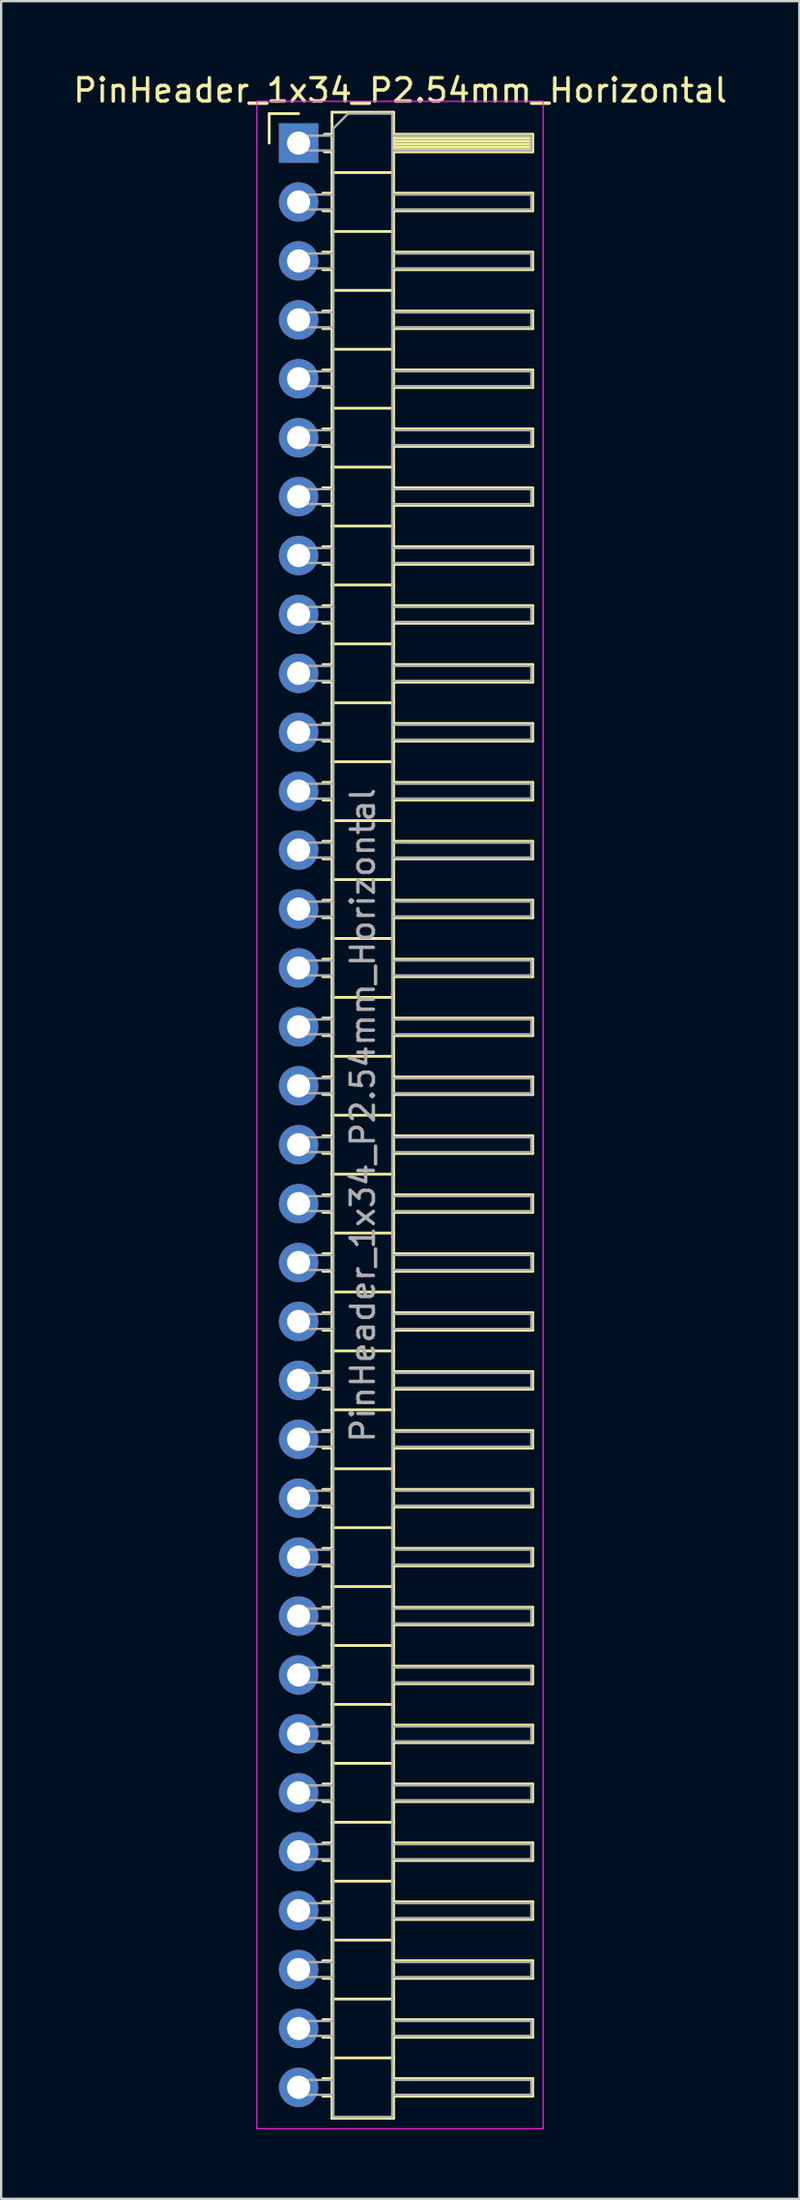
<source format=kicad_pcb>
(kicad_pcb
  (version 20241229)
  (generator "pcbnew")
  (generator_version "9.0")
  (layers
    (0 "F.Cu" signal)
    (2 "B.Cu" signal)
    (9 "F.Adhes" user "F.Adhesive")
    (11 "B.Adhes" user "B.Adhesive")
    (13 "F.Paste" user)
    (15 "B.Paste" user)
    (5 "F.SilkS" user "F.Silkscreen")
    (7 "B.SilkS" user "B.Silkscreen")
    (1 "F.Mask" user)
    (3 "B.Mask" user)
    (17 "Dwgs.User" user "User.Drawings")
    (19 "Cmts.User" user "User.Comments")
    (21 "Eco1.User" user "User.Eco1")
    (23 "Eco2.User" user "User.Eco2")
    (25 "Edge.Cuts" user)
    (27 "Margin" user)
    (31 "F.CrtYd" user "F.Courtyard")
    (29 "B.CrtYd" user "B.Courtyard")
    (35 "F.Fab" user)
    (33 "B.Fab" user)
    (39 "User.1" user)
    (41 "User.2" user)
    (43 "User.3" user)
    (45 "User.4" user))
  (footprint "PinHeader_1x34_P2.54mm_Horizontal"
    (layer "F.Cu")
    (at 9.835 3.118)
    (property "Reference" "PinHeader_1x34_P2.54mm_Horizontal" (at 4.385 -2.27 0) (layer "F.SilkS") (effects (font (size 1 1) (thickness 0.15))))
    (attr through_hole)
    (fp_line (start -1.27 -1.27) (end 0 -1.27) (stroke (width 0.12) (type solid)) (layer "F.SilkS"))
    (fp_line (start -1.27 0) (end -1.27 -1.27) (stroke (width 0.12) (type solid)) (layer "F.SilkS"))
    (fp_line (start 1.043 2.16) (end 1.44 2.16) (stroke (width 0.12) (type solid)) (layer "F.SilkS"))
    (fp_line (start 1.043 2.92) (end 1.44 2.92) (stroke (width 0.12) (type solid)) (layer "F.SilkS"))
    (fp_line (start 1.043 4.7) (end 1.44 4.7) (stroke (width 0.12) (type solid)) (layer "F.SilkS"))
    (fp_line (start 1.043 5.46) (end 1.44 5.46) (stroke (width 0.12) (type solid)) (layer "F.SilkS"))
    (fp_line (start 1.043 7.24) (end 1.44 7.24) (stroke (width 0.12) (type solid)) (layer "F.SilkS"))
    (fp_line (start 1.043 8) (end 1.44 8) (stroke (width 0.12) (type solid)) (layer "F.SilkS"))
    (fp_line (start 1.043 9.78) (end 1.44 9.78) (stroke (width 0.12) (type solid)) (layer "F.SilkS"))
    (fp_line (start 1.043 10.54) (end 1.44 10.54) (stroke (width 0.12) (type solid)) (layer "F.SilkS"))
    (fp_line (start 1.043 12.32) (end 1.44 12.32) (stroke (width 0.12) (type solid)) (layer "F.SilkS"))
    (fp_line (start 1.043 13.08) (end 1.44 13.08) (stroke (width 0.12) (type solid)) (layer "F.SilkS"))
    (fp_line (start 1.043 14.86) (end 1.44 14.86) (stroke (width 0.12) (type solid)) (layer "F.SilkS"))
    (fp_line (start 1.043 15.62) (end 1.44 15.62) (stroke (width 0.12) (type solid)) (layer "F.SilkS"))
    (fp_line (start 1.043 17.4) (end 1.44 17.4) (stroke (width 0.12) (type solid)) (layer "F.SilkS"))
    (fp_line (start 1.043 18.16) (end 1.44 18.16) (stroke (width 0.12) (type solid)) (layer "F.SilkS"))
    (fp_line (start 1.043 19.94) (end 1.44 19.94) (stroke (width 0.12) (type solid)) (layer "F.SilkS"))
    (fp_line (start 1.043 20.7) (end 1.44 20.7) (stroke (width 0.12) (type solid)) (layer "F.SilkS"))
    (fp_line (start 1.043 22.48) (end 1.44 22.48) (stroke (width 0.12) (type solid)) (layer "F.SilkS"))
    (fp_line (start 1.043 23.24) (end 1.44 23.24) (stroke (width 0.12) (type solid)) (layer "F.SilkS"))
    (fp_line (start 1.043 25.02) (end 1.44 25.02) (stroke (width 0.12) (type solid)) (layer "F.SilkS"))
    (fp_line (start 1.043 25.78) (end 1.44 25.78) (stroke (width 0.12) (type solid)) (layer "F.SilkS"))
    (fp_line (start 1.043 27.56) (end 1.44 27.56) (stroke (width 0.12) (type solid)) (layer "F.SilkS"))
    (fp_line (start 1.043 28.32) (end 1.44 28.32) (stroke (width 0.12) (type solid)) (layer "F.SilkS"))
    (fp_line (start 1.043 30.1) (end 1.44 30.1) (stroke (width 0.12) (type solid)) (layer "F.SilkS"))
    (fp_line (start 1.043 30.86) (end 1.44 30.86) (stroke (width 0.12) (type solid)) (layer "F.SilkS"))
    (fp_line (start 1.043 32.64) (end 1.44 32.64) (stroke (width 0.12) (type solid)) (layer "F.SilkS"))
    (fp_line (start 1.043 33.4) (end 1.44 33.4) (stroke (width 0.12) (type solid)) (layer "F.SilkS"))
    (fp_line (start 1.043 35.18) (end 1.44 35.18) (stroke (width 0.12) (type solid)) (layer "F.SilkS"))
    (fp_line (start 1.043 35.94) (end 1.44 35.94) (stroke (width 0.12) (type solid)) (layer "F.SilkS"))
    (fp_line (start 1.043 37.72) (end 1.44 37.72) (stroke (width 0.12) (type solid)) (layer "F.SilkS"))
    (fp_line (start 1.043 38.48) (end 1.44 38.48) (stroke (width 0.12) (type solid)) (layer "F.SilkS"))
    (fp_line (start 1.043 40.26) (end 1.44 40.26) (stroke (width 0.12) (type solid)) (layer "F.SilkS"))
    (fp_line (start 1.043 41.02) (end 1.44 41.02) (stroke (width 0.12) (type solid)) (layer "F.SilkS"))
    (fp_line (start 1.043 42.8) (end 1.44 42.8) (stroke (width 0.12) (type solid)) (layer "F.SilkS"))
    (fp_line (start 1.043 43.56) (end 1.44 43.56) (stroke (width 0.12) (type solid)) (layer "F.SilkS"))
    (fp_line (start 1.043 45.34) (end 1.44 45.34) (stroke (width 0.12) (type solid)) (layer "F.SilkS"))
    (fp_line (start 1.043 46.1) (end 1.44 46.1) (stroke (width 0.12) (type solid)) (layer "F.SilkS"))
    (fp_line (start 1.043 47.88) (end 1.44 47.88) (stroke (width 0.12) (type solid)) (layer "F.SilkS"))
    (fp_line (start 1.043 48.64) (end 1.44 48.64) (stroke (width 0.12) (type solid)) (layer "F.SilkS"))
    (fp_line (start 1.043 50.42) (end 1.44 50.42) (stroke (width 0.12) (type solid)) (layer "F.SilkS"))
    (fp_line (start 1.043 51.18) (end 1.44 51.18) (stroke (width 0.12) (type solid)) (layer "F.SilkS"))
    (fp_line (start 1.043 52.96) (end 1.44 52.96) (stroke (width 0.12) (type solid)) (layer "F.SilkS"))
    (fp_line (start 1.043 53.72) (end 1.44 53.72) (stroke (width 0.12) (type solid)) (layer "F.SilkS"))
    (fp_line (start 1.043 55.5) (end 1.44 55.5) (stroke (width 0.12) (type solid)) (layer "F.SilkS"))
    (fp_line (start 1.043 56.26) (end 1.44 56.26) (stroke (width 0.12) (type solid)) (layer "F.SilkS"))
    (fp_line (start 1.043 58.04) (end 1.44 58.04) (stroke (width 0.12) (type solid)) (layer "F.SilkS"))
    (fp_line (start 1.043 58.8) (end 1.44 58.8) (stroke (width 0.12) (type solid)) (layer "F.SilkS"))
    (fp_line (start 1.043 60.58) (end 1.44 60.58) (stroke (width 0.12) (type solid)) (layer "F.SilkS"))
    (fp_line (start 1.043 61.34) (end 1.44 61.34) (stroke (width 0.12) (type solid)) (layer "F.SilkS"))
    (fp_line (start 1.043 63.12) (end 1.44 63.12) (stroke (width 0.12) (type solid)) (layer "F.SilkS"))
    (fp_line (start 1.043 63.88) (end 1.44 63.88) (stroke (width 0.12) (type solid)) (layer "F.SilkS"))
    (fp_line (start 1.043 65.66) (end 1.44 65.66) (stroke (width 0.12) (type solid)) (layer "F.SilkS"))
    (fp_line (start 1.043 66.42) (end 1.44 66.42) (stroke (width 0.12) (type solid)) (layer "F.SilkS"))
    (fp_line (start 1.043 68.2) (end 1.44 68.2) (stroke (width 0.12) (type solid)) (layer "F.SilkS"))
    (fp_line (start 1.043 68.96) (end 1.44 68.96) (stroke (width 0.12) (type solid)) (layer "F.SilkS"))
    (fp_line (start 1.043 70.74) (end 1.44 70.74) (stroke (width 0.12) (type solid)) (layer "F.SilkS"))
    (fp_line (start 1.043 71.5) (end 1.44 71.5) (stroke (width 0.12) (type solid)) (layer "F.SilkS"))
    (fp_line (start 1.043 73.28) (end 1.44 73.28) (stroke (width 0.12) (type solid)) (layer "F.SilkS"))
    (fp_line (start 1.043 74.04) (end 1.44 74.04) (stroke (width 0.12) (type solid)) (layer "F.SilkS"))
    (fp_line (start 1.043 75.82) (end 1.44 75.82) (stroke (width 0.12) (type solid)) (layer "F.SilkS"))
    (fp_line (start 1.043 76.58) (end 1.44 76.58) (stroke (width 0.12) (type solid)) (layer "F.SilkS"))
    (fp_line (start 1.043 78.36) (end 1.44 78.36) (stroke (width 0.12) (type solid)) (layer "F.SilkS"))
    (fp_line (start 1.043 79.12) (end 1.44 79.12) (stroke (width 0.12) (type solid)) (layer "F.SilkS"))
    (fp_line (start 1.043 80.9) (end 1.44 80.9) (stroke (width 0.12) (type solid)) (layer "F.SilkS"))
    (fp_line (start 1.043 81.66) (end 1.44 81.66) (stroke (width 0.12) (type solid)) (layer "F.SilkS"))
    (fp_line (start 1.043 83.44) (end 1.44 83.44) (stroke (width 0.12) (type solid)) (layer "F.SilkS"))
    (fp_line (start 1.043 84.2) (end 1.44 84.2) (stroke (width 0.12) (type solid)) (layer "F.SilkS"))
    (fp_line (start 1.11 -0.38) (end 1.44 -0.38) (stroke (width 0.12) (type solid)) (layer "F.SilkS"))
    (fp_line (start 1.11 0.38) (end 1.44 0.38) (stroke (width 0.12) (type solid)) (layer "F.SilkS"))
    (fp_line (start 1.44 -1.33) (end 1.44 85.15) (stroke (width 0.12) (type solid)) (layer "F.SilkS"))
    (fp_line (start 1.44 1.27) (end 4.1 1.27) (stroke (width 0.12) (type solid)) (layer "F.SilkS"))
    (fp_line (start 1.44 3.81) (end 4.1 3.81) (stroke (width 0.12) (type solid)) (layer "F.SilkS"))
    (fp_line (start 1.44 6.35) (end 4.1 6.35) (stroke (width 0.12) (type solid)) (layer "F.SilkS"))
    (fp_line (start 1.44 8.89) (end 4.1 8.89) (stroke (width 0.12) (type solid)) (layer "F.SilkS"))
    (fp_line (start 1.44 11.43) (end 4.1 11.43) (stroke (width 0.12) (type solid)) (layer "F.SilkS"))
    (fp_line (start 1.44 13.97) (end 4.1 13.97) (stroke (width 0.12) (type solid)) (layer "F.SilkS"))
    (fp_line (start 1.44 16.51) (end 4.1 16.51) (stroke (width 0.12) (type solid)) (layer "F.SilkS"))
    (fp_line (start 1.44 19.05) (end 4.1 19.05) (stroke (width 0.12) (type solid)) (layer "F.SilkS"))
    (fp_line (start 1.44 21.59) (end 4.1 21.59) (stroke (width 0.12) (type solid)) (layer "F.SilkS"))
    (fp_line (start 1.44 24.13) (end 4.1 24.13) (stroke (width 0.12) (type solid)) (layer "F.SilkS"))
    (fp_line (start 1.44 26.67) (end 4.1 26.67) (stroke (width 0.12) (type solid)) (layer "F.SilkS"))
    (fp_line (start 1.44 29.21) (end 4.1 29.21) (stroke (width 0.12) (type solid)) (layer "F.SilkS"))
    (fp_line (start 1.44 31.75) (end 4.1 31.75) (stroke (width 0.12) (type solid)) (layer "F.SilkS"))
    (fp_line (start 1.44 34.29) (end 4.1 34.29) (stroke (width 0.12) (type solid)) (layer "F.SilkS"))
    (fp_line (start 1.44 36.83) (end 4.1 36.83) (stroke (width 0.12) (type solid)) (layer "F.SilkS"))
    (fp_line (start 1.44 39.37) (end 4.1 39.37) (stroke (width 0.12) (type solid)) (layer "F.SilkS"))
    (fp_line (start 1.44 41.91) (end 4.1 41.91) (stroke (width 0.12) (type solid)) (layer "F.SilkS"))
    (fp_line (start 1.44 44.45) (end 4.1 44.45) (stroke (width 0.12) (type solid)) (layer "F.SilkS"))
    (fp_line (start 1.44 46.99) (end 4.1 46.99) (stroke (width 0.12) (type solid)) (layer "F.SilkS"))
    (fp_line (start 1.44 49.53) (end 4.1 49.53) (stroke (width 0.12) (type solid)) (layer "F.SilkS"))
    (fp_line (start 1.44 52.07) (end 4.1 52.07) (stroke (width 0.12) (type solid)) (layer "F.SilkS"))
    (fp_line (start 1.44 54.61) (end 4.1 54.61) (stroke (width 0.12) (type solid)) (layer "F.SilkS"))
    (fp_line (start 1.44 57.15) (end 4.1 57.15) (stroke (width 0.12) (type solid)) (layer "F.SilkS"))
    (fp_line (start 1.44 59.69) (end 4.1 59.69) (stroke (width 0.12) (type solid)) (layer "F.SilkS"))
    (fp_line (start 1.44 62.23) (end 4.1 62.23) (stroke (width 0.12) (type solid)) (layer "F.SilkS"))
    (fp_line (start 1.44 64.77) (end 4.1 64.77) (stroke (width 0.12) (type solid)) (layer "F.SilkS"))
    (fp_line (start 1.44 67.31) (end 4.1 67.31) (stroke (width 0.12) (type solid)) (layer "F.SilkS"))
    (fp_line (start 1.44 69.85) (end 4.1 69.85) (stroke (width 0.12) (type solid)) (layer "F.SilkS"))
    (fp_line (start 1.44 72.39) (end 4.1 72.39) (stroke (width 0.12) (type solid)) (layer "F.SilkS"))
    (fp_line (start 1.44 74.93) (end 4.1 74.93) (stroke (width 0.12) (type solid)) (layer "F.SilkS"))
    (fp_line (start 1.44 77.47) (end 4.1 77.47) (stroke (width 0.12) (type solid)) (layer "F.SilkS"))
    (fp_line (start 1.44 80.01) (end 4.1 80.01) (stroke (width 0.12) (type solid)) (layer "F.SilkS"))
    (fp_line (start 1.44 82.55) (end 4.1 82.55) (stroke (width 0.12) (type solid)) (layer "F.SilkS"))
    (fp_line (start 1.44 85.15) (end 4.1 85.15) (stroke (width 0.12) (type solid)) (layer "F.SilkS"))
    (fp_line (start 4.1 -1.33) (end 1.44 -1.33) (stroke (width 0.12) (type solid)) (layer "F.SilkS"))
    (fp_line (start 4.1 -0.38) (end 10.1 -0.38) (stroke (width 0.12) (type solid)) (layer "F.SilkS"))
    (fp_line (start 4.1 -0.32) (end 10.1 -0.32) (stroke (width 0.12) (type solid)) (layer "F.SilkS"))
    (fp_line (start 4.1 -0.2) (end 10.1 -0.2) (stroke (width 0.12) (type solid)) (layer "F.SilkS"))
    (fp_line (start 4.1 -0.08) (end 10.1 -0.08) (stroke (width 0.12) (type solid)) (layer "F.SilkS"))
    (fp_line (start 4.1 0.04) (end 10.1 0.04) (stroke (width 0.12) (type solid)) (layer "F.SilkS"))
    (fp_line (start 4.1 0.16) (end 10.1 0.16) (stroke (width 0.12) (type solid)) (layer "F.SilkS"))
    (fp_line (start 4.1 0.28) (end 10.1 0.28) (stroke (width 0.12) (type solid)) (layer "F.SilkS"))
    (fp_line (start 4.1 2.16) (end 10.1 2.16) (stroke (width 0.12) (type solid)) (layer "F.SilkS"))
    (fp_line (start 4.1 4.7) (end 10.1 4.7) (stroke (width 0.12) (type solid)) (layer "F.SilkS"))
    (fp_line (start 4.1 7.24) (end 10.1 7.24) (stroke (width 0.12) (type solid)) (layer "F.SilkS"))
    (fp_line (start 4.1 9.78) (end 10.1 9.78) (stroke (width 0.12) (type solid)) (layer "F.SilkS"))
    (fp_line (start 4.1 12.32) (end 10.1 12.32) (stroke (width 0.12) (type solid)) (layer "F.SilkS"))
    (fp_line (start 4.1 14.86) (end 10.1 14.86) (stroke (width 0.12) (type solid)) (layer "F.SilkS"))
    (fp_line (start 4.1 17.4) (end 10.1 17.4) (stroke (width 0.12) (type solid)) (layer "F.SilkS"))
    (fp_line (start 4.1 19.94) (end 10.1 19.94) (stroke (width 0.12) (type solid)) (layer "F.SilkS"))
    (fp_line (start 4.1 22.48) (end 10.1 22.48) (stroke (width 0.12) (type solid)) (layer "F.SilkS"))
    (fp_line (start 4.1 25.02) (end 10.1 25.02) (stroke (width 0.12) (type solid)) (layer "F.SilkS"))
    (fp_line (start 4.1 27.56) (end 10.1 27.56) (stroke (width 0.12) (type solid)) (layer "F.SilkS"))
    (fp_line (start 4.1 30.1) (end 10.1 30.1) (stroke (width 0.12) (type solid)) (layer "F.SilkS"))
    (fp_line (start 4.1 32.64) (end 10.1 32.64) (stroke (width 0.12) (type solid)) (layer "F.SilkS"))
    (fp_line (start 4.1 35.18) (end 10.1 35.18) (stroke (width 0.12) (type solid)) (layer "F.SilkS"))
    (fp_line (start 4.1 37.72) (end 10.1 37.72) (stroke (width 0.12) (type solid)) (layer "F.SilkS"))
    (fp_line (start 4.1 40.26) (end 10.1 40.26) (stroke (width 0.12) (type solid)) (layer "F.SilkS"))
    (fp_line (start 4.1 42.8) (end 10.1 42.8) (stroke (width 0.12) (type solid)) (layer "F.SilkS"))
    (fp_line (start 4.1 45.34) (end 10.1 45.34) (stroke (width 0.12) (type solid)) (layer "F.SilkS"))
    (fp_line (start 4.1 47.88) (end 10.1 47.88) (stroke (width 0.12) (type solid)) (layer "F.SilkS"))
    (fp_line (start 4.1 50.42) (end 10.1 50.42) (stroke (width 0.12) (type solid)) (layer "F.SilkS"))
    (fp_line (start 4.1 52.96) (end 10.1 52.96) (stroke (width 0.12) (type solid)) (layer "F.SilkS"))
    (fp_line (start 4.1 55.5) (end 10.1 55.5) (stroke (width 0.12) (type solid)) (layer "F.SilkS"))
    (fp_line (start 4.1 58.04) (end 10.1 58.04) (stroke (width 0.12) (type solid)) (layer "F.SilkS"))
    (fp_line (start 4.1 60.58) (end 10.1 60.58) (stroke (width 0.12) (type solid)) (layer "F.SilkS"))
    (fp_line (start 4.1 63.12) (end 10.1 63.12) (stroke (width 0.12) (type solid)) (layer "F.SilkS"))
    (fp_line (start 4.1 65.66) (end 10.1 65.66) (stroke (width 0.12) (type solid)) (layer "F.SilkS"))
    (fp_line (start 4.1 68.2) (end 10.1 68.2) (stroke (width 0.12) (type solid)) (layer "F.SilkS"))
    (fp_line (start 4.1 70.74) (end 10.1 70.74) (stroke (width 0.12) (type solid)) (layer "F.SilkS"))
    (fp_line (start 4.1 73.28) (end 10.1 73.28) (stroke (width 0.12) (type solid)) (layer "F.SilkS"))
    (fp_line (start 4.1 75.82) (end 10.1 75.82) (stroke (width 0.12) (type solid)) (layer "F.SilkS"))
    (fp_line (start 4.1 78.36) (end 10.1 78.36) (stroke (width 0.12) (type solid)) (layer "F.SilkS"))
    (fp_line (start 4.1 80.9) (end 10.1 80.9) (stroke (width 0.12) (type solid)) (layer "F.SilkS"))
    (fp_line (start 4.1 83.44) (end 10.1 83.44) (stroke (width 0.12) (type solid)) (layer "F.SilkS"))
    (fp_line (start 4.1 85.15) (end 4.1 -1.33) (stroke (width 0.12) (type solid)) (layer "F.SilkS"))
    (fp_line (start 10.1 -0.38) (end 10.1 0.38) (stroke (width 0.12) (type solid)) (layer "F.SilkS"))
    (fp_line (start 10.1 0.38) (end 4.1 0.38) (stroke (width 0.12) (type solid)) (layer "F.SilkS"))
    (fp_line (start 10.1 2.16) (end 10.1 2.92) (stroke (width 0.12) (type solid)) (layer "F.SilkS"))
    (fp_line (start 10.1 2.92) (end 4.1 2.92) (stroke (width 0.12) (type solid)) (layer "F.SilkS"))
    (fp_line (start 10.1 4.7) (end 10.1 5.46) (stroke (width 0.12) (type solid)) (layer "F.SilkS"))
    (fp_line (start 10.1 5.46) (end 4.1 5.46) (stroke (width 0.12) (type solid)) (layer "F.SilkS"))
    (fp_line (start 10.1 7.24) (end 10.1 8) (stroke (width 0.12) (type solid)) (layer "F.SilkS"))
    (fp_line (start 10.1 8) (end 4.1 8) (stroke (width 0.12) (type solid)) (layer "F.SilkS"))
    (fp_line (start 10.1 9.78) (end 10.1 10.54) (stroke (width 0.12) (type solid)) (layer "F.SilkS"))
    (fp_line (start 10.1 10.54) (end 4.1 10.54) (stroke (width 0.12) (type solid)) (layer "F.SilkS"))
    (fp_line (start 10.1 12.32) (end 10.1 13.08) (stroke (width 0.12) (type solid)) (layer "F.SilkS"))
    (fp_line (start 10.1 13.08) (end 4.1 13.08) (stroke (width 0.12) (type solid)) (layer "F.SilkS"))
    (fp_line (start 10.1 14.86) (end 10.1 15.62) (stroke (width 0.12) (type solid)) (layer "F.SilkS"))
    (fp_line (start 10.1 15.62) (end 4.1 15.62) (stroke (width 0.12) (type solid)) (layer "F.SilkS"))
    (fp_line (start 10.1 17.4) (end 10.1 18.16) (stroke (width 0.12) (type solid)) (layer "F.SilkS"))
    (fp_line (start 10.1 18.16) (end 4.1 18.16) (stroke (width 0.12) (type solid)) (layer "F.SilkS"))
    (fp_line (start 10.1 19.94) (end 10.1 20.7) (stroke (width 0.12) (type solid)) (layer "F.SilkS"))
    (fp_line (start 10.1 20.7) (end 4.1 20.7) (stroke (width 0.12) (type solid)) (layer "F.SilkS"))
    (fp_line (start 10.1 22.48) (end 10.1 23.24) (stroke (width 0.12) (type solid)) (layer "F.SilkS"))
    (fp_line (start 10.1 23.24) (end 4.1 23.24) (stroke (width 0.12) (type solid)) (layer "F.SilkS"))
    (fp_line (start 10.1 25.02) (end 10.1 25.78) (stroke (width 0.12) (type solid)) (layer "F.SilkS"))
    (fp_line (start 10.1 25.78) (end 4.1 25.78) (stroke (width 0.12) (type solid)) (layer "F.SilkS"))
    (fp_line (start 10.1 27.56) (end 10.1 28.32) (stroke (width 0.12) (type solid)) (layer "F.SilkS"))
    (fp_line (start 10.1 28.32) (end 4.1 28.32) (stroke (width 0.12) (type solid)) (layer "F.SilkS"))
    (fp_line (start 10.1 30.1) (end 10.1 30.86) (stroke (width 0.12) (type solid)) (layer "F.SilkS"))
    (fp_line (start 10.1 30.86) (end 4.1 30.86) (stroke (width 0.12) (type solid)) (layer "F.SilkS"))
    (fp_line (start 10.1 32.64) (end 10.1 33.4) (stroke (width 0.12) (type solid)) (layer "F.SilkS"))
    (fp_line (start 10.1 33.4) (end 4.1 33.4) (stroke (width 0.12) (type solid)) (layer "F.SilkS"))
    (fp_line (start 10.1 35.18) (end 10.1 35.94) (stroke (width 0.12) (type solid)) (layer "F.SilkS"))
    (fp_line (start 10.1 35.94) (end 4.1 35.94) (stroke (width 0.12) (type solid)) (layer "F.SilkS"))
    (fp_line (start 10.1 37.72) (end 10.1 38.48) (stroke (width 0.12) (type solid)) (layer "F.SilkS"))
    (fp_line (start 10.1 38.48) (end 4.1 38.48) (stroke (width 0.12) (type solid)) (layer "F.SilkS"))
    (fp_line (start 10.1 40.26) (end 10.1 41.02) (stroke (width 0.12) (type solid)) (layer "F.SilkS"))
    (fp_line (start 10.1 41.02) (end 4.1 41.02) (stroke (width 0.12) (type solid)) (layer "F.SilkS"))
    (fp_line (start 10.1 42.8) (end 10.1 43.56) (stroke (width 0.12) (type solid)) (layer "F.SilkS"))
    (fp_line (start 10.1 43.56) (end 4.1 43.56) (stroke (width 0.12) (type solid)) (layer "F.SilkS"))
    (fp_line (start 10.1 45.34) (end 10.1 46.1) (stroke (width 0.12) (type solid)) (layer "F.SilkS"))
    (fp_line (start 10.1 46.1) (end 4.1 46.1) (stroke (width 0.12) (type solid)) (layer "F.SilkS"))
    (fp_line (start 10.1 47.88) (end 10.1 48.64) (stroke (width 0.12) (type solid)) (layer "F.SilkS"))
    (fp_line (start 10.1 48.64) (end 4.1 48.64) (stroke (width 0.12) (type solid)) (layer "F.SilkS"))
    (fp_line (start 10.1 50.42) (end 10.1 51.18) (stroke (width 0.12) (type solid)) (layer "F.SilkS"))
    (fp_line (start 10.1 51.18) (end 4.1 51.18) (stroke (width 0.12) (type solid)) (layer "F.SilkS"))
    (fp_line (start 10.1 52.96) (end 10.1 53.72) (stroke (width 0.12) (type solid)) (layer "F.SilkS"))
    (fp_line (start 10.1 53.72) (end 4.1 53.72) (stroke (width 0.12) (type solid)) (layer "F.SilkS"))
    (fp_line (start 10.1 55.5) (end 10.1 56.26) (stroke (width 0.12) (type solid)) (layer "F.SilkS"))
    (fp_line (start 10.1 56.26) (end 4.1 56.26) (stroke (width 0.12) (type solid)) (layer "F.SilkS"))
    (fp_line (start 10.1 58.04) (end 10.1 58.8) (stroke (width 0.12) (type solid)) (layer "F.SilkS"))
    (fp_line (start 10.1 58.8) (end 4.1 58.8) (stroke (width 0.12) (type solid)) (layer "F.SilkS"))
    (fp_line (start 10.1 60.58) (end 10.1 61.34) (stroke (width 0.12) (type solid)) (layer "F.SilkS"))
    (fp_line (start 10.1 61.34) (end 4.1 61.34) (stroke (width 0.12) (type solid)) (layer "F.SilkS"))
    (fp_line (start 10.1 63.12) (end 10.1 63.88) (stroke (width 0.12) (type solid)) (layer "F.SilkS"))
    (fp_line (start 10.1 63.88) (end 4.1 63.88) (stroke (width 0.12) (type solid)) (layer "F.SilkS"))
    (fp_line (start 10.1 65.66) (end 10.1 66.42) (stroke (width 0.12) (type solid)) (layer "F.SilkS"))
    (fp_line (start 10.1 66.42) (end 4.1 66.42) (stroke (width 0.12) (type solid)) (layer "F.SilkS"))
    (fp_line (start 10.1 68.2) (end 10.1 68.96) (stroke (width 0.12) (type solid)) (layer "F.SilkS"))
    (fp_line (start 10.1 68.96) (end 4.1 68.96) (stroke (width 0.12) (type solid)) (layer "F.SilkS"))
    (fp_line (start 10.1 70.74) (end 10.1 71.5) (stroke (width 0.12) (type solid)) (layer "F.SilkS"))
    (fp_line (start 10.1 71.5) (end 4.1 71.5) (stroke (width 0.12) (type solid)) (layer "F.SilkS"))
    (fp_line (start 10.1 73.28) (end 10.1 74.04) (stroke (width 0.12) (type solid)) (layer "F.SilkS"))
    (fp_line (start 10.1 74.04) (end 4.1 74.04) (stroke (width 0.12) (type solid)) (layer "F.SilkS"))
    (fp_line (start 10.1 75.82) (end 10.1 76.58) (stroke (width 0.12) (type solid)) (layer "F.SilkS"))
    (fp_line (start 10.1 76.58) (end 4.1 76.58) (stroke (width 0.12) (type solid)) (layer "F.SilkS"))
    (fp_line (start 10.1 78.36) (end 10.1 79.12) (stroke (width 0.12) (type solid)) (layer "F.SilkS"))
    (fp_line (start 10.1 79.12) (end 4.1 79.12) (stroke (width 0.12) (type solid)) (layer "F.SilkS"))
    (fp_line (start 10.1 80.9) (end 10.1 81.66) (stroke (width 0.12) (type solid)) (layer "F.SilkS"))
    (fp_line (start 10.1 81.66) (end 4.1 81.66) (stroke (width 0.12) (type solid)) (layer "F.SilkS"))
    (fp_line (start 10.1 83.44) (end 10.1 84.2) (stroke (width 0.12) (type solid)) (layer "F.SilkS"))
    (fp_line (start 10.1 84.2) (end 4.1 84.2) (stroke (width 0.12) (type solid)) (layer "F.SilkS"))
    (fp_line (start -1.8 -1.8) (end -1.8 85.6) (stroke (width 0.05) (type solid)) (layer "F.CrtYd"))
    (fp_line (start -1.8 85.6) (end 10.55 85.6) (stroke (width 0.05) (type solid)) (layer "F.CrtYd"))
    (fp_line (start 10.55 -1.8) (end -1.8 -1.8) (stroke (width 0.05) (type solid)) (layer "F.CrtYd"))
    (fp_line (start 10.55 85.6) (end 10.55 -1.8) (stroke (width 0.05) (type solid)) (layer "F.CrtYd"))
    (fp_line (start -0.32 -0.32) (end -0.32 0.32) (stroke (width 0.1) (type solid)) (layer "F.Fab"))
    (fp_line (start -0.32 -0.32) (end 1.5 -0.32) (stroke (width 0.1) (type solid)) (layer "F.Fab"))
    (fp_line (start -0.32 0.32) (end 1.5 0.32) (stroke (width 0.1) (type solid)) (layer "F.Fab"))
    (fp_line (start -0.32 2.22) (end -0.32 2.86) (stroke (width 0.1) (type solid)) (layer "F.Fab"))
    (fp_line (start -0.32 2.22) (end 1.5 2.22) (stroke (width 0.1) (type solid)) (layer "F.Fab"))
    (fp_line (start -0.32 2.86) (end 1.5 2.86) (stroke (width 0.1) (type solid)) (layer "F.Fab"))
    (fp_line (start -0.32 4.76) (end -0.32 5.4) (stroke (width 0.1) (type solid)) (layer "F.Fab"))
    (fp_line (start -0.32 4.76) (end 1.5 4.76) (stroke (width 0.1) (type solid)) (layer "F.Fab"))
    (fp_line (start -0.32 5.4) (end 1.5 5.4) (stroke (width 0.1) (type solid)) (layer "F.Fab"))
    (fp_line (start -0.32 7.3) (end -0.32 7.94) (stroke (width 0.1) (type solid)) (layer "F.Fab"))
    (fp_line (start -0.32 7.3) (end 1.5 7.3) (stroke (width 0.1) (type solid)) (layer "F.Fab"))
    (fp_line (start -0.32 7.94) (end 1.5 7.94) (stroke (width 0.1) (type solid)) (layer "F.Fab"))
    (fp_line (start -0.32 9.84) (end -0.32 10.48) (stroke (width 0.1) (type solid)) (layer "F.Fab"))
    (fp_line (start -0.32 9.84) (end 1.5 9.84) (stroke (width 0.1) (type solid)) (layer "F.Fab"))
    (fp_line (start -0.32 10.48) (end 1.5 10.48) (stroke (width 0.1) (type solid)) (layer "F.Fab"))
    (fp_line (start -0.32 12.38) (end -0.32 13.02) (stroke (width 0.1) (type solid)) (layer "F.Fab"))
    (fp_line (start -0.32 12.38) (end 1.5 12.38) (stroke (width 0.1) (type solid)) (layer "F.Fab"))
    (fp_line (start -0.32 13.02) (end 1.5 13.02) (stroke (width 0.1) (type solid)) (layer "F.Fab"))
    (fp_line (start -0.32 14.92) (end -0.32 15.56) (stroke (width 0.1) (type solid)) (layer "F.Fab"))
    (fp_line (start -0.32 14.92) (end 1.5 14.92) (stroke (width 0.1) (type solid)) (layer "F.Fab"))
    (fp_line (start -0.32 15.56) (end 1.5 15.56) (stroke (width 0.1) (type solid)) (layer "F.Fab"))
    (fp_line (start -0.32 17.46) (end -0.32 18.1) (stroke (width 0.1) (type solid)) (layer "F.Fab"))
    (fp_line (start -0.32 17.46) (end 1.5 17.46) (stroke (width 0.1) (type solid)) (layer "F.Fab"))
    (fp_line (start -0.32 18.1) (end 1.5 18.1) (stroke (width 0.1) (type solid)) (layer "F.Fab"))
    (fp_line (start -0.32 20) (end -0.32 20.64) (stroke (width 0.1) (type solid)) (layer "F.Fab"))
    (fp_line (start -0.32 20) (end 1.5 20) (stroke (width 0.1) (type solid)) (layer "F.Fab"))
    (fp_line (start -0.32 20.64) (end 1.5 20.64) (stroke (width 0.1) (type solid)) (layer "F.Fab"))
    (fp_line (start -0.32 22.54) (end -0.32 23.18) (stroke (width 0.1) (type solid)) (layer "F.Fab"))
    (fp_line (start -0.32 22.54) (end 1.5 22.54) (stroke (width 0.1) (type solid)) (layer "F.Fab"))
    (fp_line (start -0.32 23.18) (end 1.5 23.18) (stroke (width 0.1) (type solid)) (layer "F.Fab"))
    (fp_line (start -0.32 25.08) (end -0.32 25.72) (stroke (width 0.1) (type solid)) (layer "F.Fab"))
    (fp_line (start -0.32 25.08) (end 1.5 25.08) (stroke (width 0.1) (type solid)) (layer "F.Fab"))
    (fp_line (start -0.32 25.72) (end 1.5 25.72) (stroke (width 0.1) (type solid)) (layer "F.Fab"))
    (fp_line (start -0.32 27.62) (end -0.32 28.26) (stroke (width 0.1) (type solid)) (layer "F.Fab"))
    (fp_line (start -0.32 27.62) (end 1.5 27.62) (stroke (width 0.1) (type solid)) (layer "F.Fab"))
    (fp_line (start -0.32 28.26) (end 1.5 28.26) (stroke (width 0.1) (type solid)) (layer "F.Fab"))
    (fp_line (start -0.32 30.16) (end -0.32 30.8) (stroke (width 0.1) (type solid)) (layer "F.Fab"))
    (fp_line (start -0.32 30.16) (end 1.5 30.16) (stroke (width 0.1) (type solid)) (layer "F.Fab"))
    (fp_line (start -0.32 30.8) (end 1.5 30.8) (stroke (width 0.1) (type solid)) (layer "F.Fab"))
    (fp_line (start -0.32 32.7) (end -0.32 33.34) (stroke (width 0.1) (type solid)) (layer "F.Fab"))
    (fp_line (start -0.32 32.7) (end 1.5 32.7) (stroke (width 0.1) (type solid)) (layer "F.Fab"))
    (fp_line (start -0.32 33.34) (end 1.5 33.34) (stroke (width 0.1) (type solid)) (layer "F.Fab"))
    (fp_line (start -0.32 35.24) (end -0.32 35.88) (stroke (width 0.1) (type solid)) (layer "F.Fab"))
    (fp_line (start -0.32 35.24) (end 1.5 35.24) (stroke (width 0.1) (type solid)) (layer "F.Fab"))
    (fp_line (start -0.32 35.88) (end 1.5 35.88) (stroke (width 0.1) (type solid)) (layer "F.Fab"))
    (fp_line (start -0.32 37.78) (end -0.32 38.42) (stroke (width 0.1) (type solid)) (layer "F.Fab"))
    (fp_line (start -0.32 37.78) (end 1.5 37.78) (stroke (width 0.1) (type solid)) (layer "F.Fab"))
    (fp_line (start -0.32 38.42) (end 1.5 38.42) (stroke (width 0.1) (type solid)) (layer "F.Fab"))
    (fp_line (start -0.32 40.32) (end -0.32 40.96) (stroke (width 0.1) (type solid)) (layer "F.Fab"))
    (fp_line (start -0.32 40.32) (end 1.5 40.32) (stroke (width 0.1) (type solid)) (layer "F.Fab"))
    (fp_line (start -0.32 40.96) (end 1.5 40.96) (stroke (width 0.1) (type solid)) (layer "F.Fab"))
    (fp_line (start -0.32 42.86) (end -0.32 43.5) (stroke (width 0.1) (type solid)) (layer "F.Fab"))
    (fp_line (start -0.32 42.86) (end 1.5 42.86) (stroke (width 0.1) (type solid)) (layer "F.Fab"))
    (fp_line (start -0.32 43.5) (end 1.5 43.5) (stroke (width 0.1) (type solid)) (layer "F.Fab"))
    (fp_line (start -0.32 45.4) (end -0.32 46.04) (stroke (width 0.1) (type solid)) (layer "F.Fab"))
    (fp_line (start -0.32 45.4) (end 1.5 45.4) (stroke (width 0.1) (type solid)) (layer "F.Fab"))
    (fp_line (start -0.32 46.04) (end 1.5 46.04) (stroke (width 0.1) (type solid)) (layer "F.Fab"))
    (fp_line (start -0.32 47.94) (end -0.32 48.58) (stroke (width 0.1) (type solid)) (layer "F.Fab"))
    (fp_line (start -0.32 47.94) (end 1.5 47.94) (stroke (width 0.1) (type solid)) (layer "F.Fab"))
    (fp_line (start -0.32 48.58) (end 1.5 48.58) (stroke (width 0.1) (type solid)) (layer "F.Fab"))
    (fp_line (start -0.32 50.48) (end -0.32 51.12) (stroke (width 0.1) (type solid)) (layer "F.Fab"))
    (fp_line (start -0.32 50.48) (end 1.5 50.48) (stroke (width 0.1) (type solid)) (layer "F.Fab"))
    (fp_line (start -0.32 51.12) (end 1.5 51.12) (stroke (width 0.1) (type solid)) (layer "F.Fab"))
    (fp_line (start -0.32 53.02) (end -0.32 53.66) (stroke (width 0.1) (type solid)) (layer "F.Fab"))
    (fp_line (start -0.32 53.02) (end 1.5 53.02) (stroke (width 0.1) (type solid)) (layer "F.Fab"))
    (fp_line (start -0.32 53.66) (end 1.5 53.66) (stroke (width 0.1) (type solid)) (layer "F.Fab"))
    (fp_line (start -0.32 55.56) (end -0.32 56.2) (stroke (width 0.1) (type solid)) (layer "F.Fab"))
    (fp_line (start -0.32 55.56) (end 1.5 55.56) (stroke (width 0.1) (type solid)) (layer "F.Fab"))
    (fp_line (start -0.32 56.2) (end 1.5 56.2) (stroke (width 0.1) (type solid)) (layer "F.Fab"))
    (fp_line (start -0.32 58.1) (end -0.32 58.74) (stroke (width 0.1) (type solid)) (layer "F.Fab"))
    (fp_line (start -0.32 58.1) (end 1.5 58.1) (stroke (width 0.1) (type solid)) (layer "F.Fab"))
    (fp_line (start -0.32 58.74) (end 1.5 58.74) (stroke (width 0.1) (type solid)) (layer "F.Fab"))
    (fp_line (start -0.32 60.64) (end -0.32 61.28) (stroke (width 0.1) (type solid)) (layer "F.Fab"))
    (fp_line (start -0.32 60.64) (end 1.5 60.64) (stroke (width 0.1) (type solid)) (layer "F.Fab"))
    (fp_line (start -0.32 61.28) (end 1.5 61.28) (stroke (width 0.1) (type solid)) (layer "F.Fab"))
    (fp_line (start -0.32 63.18) (end -0.32 63.82) (stroke (width 0.1) (type solid)) (layer "F.Fab"))
    (fp_line (start -0.32 63.18) (end 1.5 63.18) (stroke (width 0.1) (type solid)) (layer "F.Fab"))
    (fp_line (start -0.32 63.82) (end 1.5 63.82) (stroke (width 0.1) (type solid)) (layer "F.Fab"))
    (fp_line (start -0.32 65.72) (end -0.32 66.36) (stroke (width 0.1) (type solid)) (layer "F.Fab"))
    (fp_line (start -0.32 65.72) (end 1.5 65.72) (stroke (width 0.1) (type solid)) (layer "F.Fab"))
    (fp_line (start -0.32 66.36) (end 1.5 66.36) (stroke (width 0.1) (type solid)) (layer "F.Fab"))
    (fp_line (start -0.32 68.26) (end -0.32 68.9) (stroke (width 0.1) (type solid)) (layer "F.Fab"))
    (fp_line (start -0.32 68.26) (end 1.5 68.26) (stroke (width 0.1) (type solid)) (layer "F.Fab"))
    (fp_line (start -0.32 68.9) (end 1.5 68.9) (stroke (width 0.1) (type solid)) (layer "F.Fab"))
    (fp_line (start -0.32 70.8) (end -0.32 71.44) (stroke (width 0.1) (type solid)) (layer "F.Fab"))
    (fp_line (start -0.32 70.8) (end 1.5 70.8) (stroke (width 0.1) (type solid)) (layer "F.Fab"))
    (fp_line (start -0.32 71.44) (end 1.5 71.44) (stroke (width 0.1) (type solid)) (layer "F.Fab"))
    (fp_line (start -0.32 73.34) (end -0.32 73.98) (stroke (width 0.1) (type solid)) (layer "F.Fab"))
    (fp_line (start -0.32 73.34) (end 1.5 73.34) (stroke (width 0.1) (type solid)) (layer "F.Fab"))
    (fp_line (start -0.32 73.98) (end 1.5 73.98) (stroke (width 0.1) (type solid)) (layer "F.Fab"))
    (fp_line (start -0.32 75.88) (end -0.32 76.52) (stroke (width 0.1) (type solid)) (layer "F.Fab"))
    (fp_line (start -0.32 75.88) (end 1.5 75.88) (stroke (width 0.1) (type solid)) (layer "F.Fab"))
    (fp_line (start -0.32 76.52) (end 1.5 76.52) (stroke (width 0.1) (type solid)) (layer "F.Fab"))
    (fp_line (start -0.32 78.42) (end -0.32 79.06) (stroke (width 0.1) (type solid)) (layer "F.Fab"))
    (fp_line (start -0.32 78.42) (end 1.5 78.42) (stroke (width 0.1) (type solid)) (layer "F.Fab"))
    (fp_line (start -0.32 79.06) (end 1.5 79.06) (stroke (width 0.1) (type solid)) (layer "F.Fab"))
    (fp_line (start -0.32 80.96) (end -0.32 81.6) (stroke (width 0.1) (type solid)) (layer "F.Fab"))
    (fp_line (start -0.32 80.96) (end 1.5 80.96) (stroke (width 0.1) (type solid)) (layer "F.Fab"))
    (fp_line (start -0.32 81.6) (end 1.5 81.6) (stroke (width 0.1) (type solid)) (layer "F.Fab"))
    (fp_line (start -0.32 83.5) (end -0.32 84.14) (stroke (width 0.1) (type solid)) (layer "F.Fab"))
    (fp_line (start -0.32 83.5) (end 1.5 83.5) (stroke (width 0.1) (type solid)) (layer "F.Fab"))
    (fp_line (start -0.32 84.14) (end 1.5 84.14) (stroke (width 0.1) (type solid)) (layer "F.Fab"))
    (fp_line (start 1.5 -0.635) (end 2.135 -1.27) (stroke (width 0.1) (type solid)) (layer "F.Fab"))
    (fp_line (start 1.5 85.09) (end 1.5 -0.635) (stroke (width 0.1) (type solid)) (layer "F.Fab"))
    (fp_line (start 2.135 -1.27) (end 4.04 -1.27) (stroke (width 0.1) (type solid)) (layer "F.Fab"))
    (fp_line (start 4.04 -1.27) (end 4.04 85.09) (stroke (width 0.1) (type solid)) (layer "F.Fab"))
    (fp_line (start 4.04 -0.32) (end 10.04 -0.32) (stroke (width 0.1) (type solid)) (layer "F.Fab"))
    (fp_line (start 4.04 0.32) (end 10.04 0.32) (stroke (width 0.1) (type solid)) (layer "F.Fab"))
    (fp_line (start 4.04 2.22) (end 10.04 2.22) (stroke (width 0.1) (type solid)) (layer "F.Fab"))
    (fp_line (start 4.04 2.86) (end 10.04 2.86) (stroke (width 0.1) (type solid)) (layer "F.Fab"))
    (fp_line (start 4.04 4.76) (end 10.04 4.76) (stroke (width 0.1) (type solid)) (layer "F.Fab"))
    (fp_line (start 4.04 5.4) (end 10.04 5.4) (stroke (width 0.1) (type solid)) (layer "F.Fab"))
    (fp_line (start 4.04 7.3) (end 10.04 7.3) (stroke (width 0.1) (type solid)) (layer "F.Fab"))
    (fp_line (start 4.04 7.94) (end 10.04 7.94) (stroke (width 0.1) (type solid)) (layer "F.Fab"))
    (fp_line (start 4.04 9.84) (end 10.04 9.84) (stroke (width 0.1) (type solid)) (layer "F.Fab"))
    (fp_line (start 4.04 10.48) (end 10.04 10.48) (stroke (width 0.1) (type solid)) (layer "F.Fab"))
    (fp_line (start 4.04 12.38) (end 10.04 12.38) (stroke (width 0.1) (type solid)) (layer "F.Fab"))
    (fp_line (start 4.04 13.02) (end 10.04 13.02) (stroke (width 0.1) (type solid)) (layer "F.Fab"))
    (fp_line (start 4.04 14.92) (end 10.04 14.92) (stroke (width 0.1) (type solid)) (layer "F.Fab"))
    (fp_line (start 4.04 15.56) (end 10.04 15.56) (stroke (width 0.1) (type solid)) (layer "F.Fab"))
    (fp_line (start 4.04 17.46) (end 10.04 17.46) (stroke (width 0.1) (type solid)) (layer "F.Fab"))
    (fp_line (start 4.04 18.1) (end 10.04 18.1) (stroke (width 0.1) (type solid)) (layer "F.Fab"))
    (fp_line (start 4.04 20) (end 10.04 20) (stroke (width 0.1) (type solid)) (layer "F.Fab"))
    (fp_line (start 4.04 20.64) (end 10.04 20.64) (stroke (width 0.1) (type solid)) (layer "F.Fab"))
    (fp_line (start 4.04 22.54) (end 10.04 22.54) (stroke (width 0.1) (type solid)) (layer "F.Fab"))
    (fp_line (start 4.04 23.18) (end 10.04 23.18) (stroke (width 0.1) (type solid)) (layer "F.Fab"))
    (fp_line (start 4.04 25.08) (end 10.04 25.08) (stroke (width 0.1) (type solid)) (layer "F.Fab"))
    (fp_line (start 4.04 25.72) (end 10.04 25.72) (stroke (width 0.1) (type solid)) (layer "F.Fab"))
    (fp_line (start 4.04 27.62) (end 10.04 27.62) (stroke (width 0.1) (type solid)) (layer "F.Fab"))
    (fp_line (start 4.04 28.26) (end 10.04 28.26) (stroke (width 0.1) (type solid)) (layer "F.Fab"))
    (fp_line (start 4.04 30.16) (end 10.04 30.16) (stroke (width 0.1) (type solid)) (layer "F.Fab"))
    (fp_line (start 4.04 30.8) (end 10.04 30.8) (stroke (width 0.1) (type solid)) (layer "F.Fab"))
    (fp_line (start 4.04 32.7) (end 10.04 32.7) (stroke (width 0.1) (type solid)) (layer "F.Fab"))
    (fp_line (start 4.04 33.34) (end 10.04 33.34) (stroke (width 0.1) (type solid)) (layer "F.Fab"))
    (fp_line (start 4.04 35.24) (end 10.04 35.24) (stroke (width 0.1) (type solid)) (layer "F.Fab"))
    (fp_line (start 4.04 35.88) (end 10.04 35.88) (stroke (width 0.1) (type solid)) (layer "F.Fab"))
    (fp_line (start 4.04 37.78) (end 10.04 37.78) (stroke (width 0.1) (type solid)) (layer "F.Fab"))
    (fp_line (start 4.04 38.42) (end 10.04 38.42) (stroke (width 0.1) (type solid)) (layer "F.Fab"))
    (fp_line (start 4.04 40.32) (end 10.04 40.32) (stroke (width 0.1) (type solid)) (layer "F.Fab"))
    (fp_line (start 4.04 40.96) (end 10.04 40.96) (stroke (width 0.1) (type solid)) (layer "F.Fab"))
    (fp_line (start 4.04 42.86) (end 10.04 42.86) (stroke (width 0.1) (type solid)) (layer "F.Fab"))
    (fp_line (start 4.04 43.5) (end 10.04 43.5) (stroke (width 0.1) (type solid)) (layer "F.Fab"))
    (fp_line (start 4.04 45.4) (end 10.04 45.4) (stroke (width 0.1) (type solid)) (layer "F.Fab"))
    (fp_line (start 4.04 46.04) (end 10.04 46.04) (stroke (width 0.1) (type solid)) (layer "F.Fab"))
    (fp_line (start 4.04 47.94) (end 10.04 47.94) (stroke (width 0.1) (type solid)) (layer "F.Fab"))
    (fp_line (start 4.04 48.58) (end 10.04 48.58) (stroke (width 0.1) (type solid)) (layer "F.Fab"))
    (fp_line (start 4.04 50.48) (end 10.04 50.48) (stroke (width 0.1) (type solid)) (layer "F.Fab"))
    (fp_line (start 4.04 51.12) (end 10.04 51.12) (stroke (width 0.1) (type solid)) (layer "F.Fab"))
    (fp_line (start 4.04 53.02) (end 10.04 53.02) (stroke (width 0.1) (type solid)) (layer "F.Fab"))
    (fp_line (start 4.04 53.66) (end 10.04 53.66) (stroke (width 0.1) (type solid)) (layer "F.Fab"))
    (fp_line (start 4.04 55.56) (end 10.04 55.56) (stroke (width 0.1) (type solid)) (layer "F.Fab"))
    (fp_line (start 4.04 56.2) (end 10.04 56.2) (stroke (width 0.1) (type solid)) (layer "F.Fab"))
    (fp_line (start 4.04 58.1) (end 10.04 58.1) (stroke (width 0.1) (type solid)) (layer "F.Fab"))
    (fp_line (start 4.04 58.74) (end 10.04 58.74) (stroke (width 0.1) (type solid)) (layer "F.Fab"))
    (fp_line (start 4.04 60.64) (end 10.04 60.64) (stroke (width 0.1) (type solid)) (layer "F.Fab"))
    (fp_line (start 4.04 61.28) (end 10.04 61.28) (stroke (width 0.1) (type solid)) (layer "F.Fab"))
    (fp_line (start 4.04 63.18) (end 10.04 63.18) (stroke (width 0.1) (type solid)) (layer "F.Fab"))
    (fp_line (start 4.04 63.82) (end 10.04 63.82) (stroke (width 0.1) (type solid)) (layer "F.Fab"))
    (fp_line (start 4.04 65.72) (end 10.04 65.72) (stroke (width 0.1) (type solid)) (layer "F.Fab"))
    (fp_line (start 4.04 66.36) (end 10.04 66.36) (stroke (width 0.1) (type solid)) (layer "F.Fab"))
    (fp_line (start 4.04 68.26) (end 10.04 68.26) (stroke (width 0.1) (type solid)) (layer "F.Fab"))
    (fp_line (start 4.04 68.9) (end 10.04 68.9) (stroke (width 0.1) (type solid)) (layer "F.Fab"))
    (fp_line (start 4.04 70.8) (end 10.04 70.8) (stroke (width 0.1) (type solid)) (layer "F.Fab"))
    (fp_line (start 4.04 71.44) (end 10.04 71.44) (stroke (width 0.1) (type solid)) (layer "F.Fab"))
    (fp_line (start 4.04 73.34) (end 10.04 73.34) (stroke (width 0.1) (type solid)) (layer "F.Fab"))
    (fp_line (start 4.04 73.98) (end 10.04 73.98) (stroke (width 0.1) (type solid)) (layer "F.Fab"))
    (fp_line (start 4.04 75.88) (end 10.04 75.88) (stroke (width 0.1) (type solid)) (layer "F.Fab"))
    (fp_line (start 4.04 76.52) (end 10.04 76.52) (stroke (width 0.1) (type solid)) (layer "F.Fab"))
    (fp_line (start 4.04 78.42) (end 10.04 78.42) (stroke (width 0.1) (type solid)) (layer "F.Fab"))
    (fp_line (start 4.04 79.06) (end 10.04 79.06) (stroke (width 0.1) (type solid)) (layer "F.Fab"))
    (fp_line (start 4.04 80.96) (end 10.04 80.96) (stroke (width 0.1) (type solid)) (layer "F.Fab"))
    (fp_line (start 4.04 81.6) (end 10.04 81.6) (stroke (width 0.1) (type solid)) (layer "F.Fab"))
    (fp_line (start 4.04 83.5) (end 10.04 83.5) (stroke (width 0.1) (type solid)) (layer "F.Fab"))
    (fp_line (start 4.04 84.14) (end 10.04 84.14) (stroke (width 0.1) (type solid)) (layer "F.Fab"))
    (fp_line (start 4.04 85.09) (end 1.5 85.09) (stroke (width 0.1) (type solid)) (layer "F.Fab"))
    (fp_line (start 10.04 -0.32) (end 10.04 0.32) (stroke (width 0.1) (type solid)) (layer "F.Fab"))
    (fp_line (start 10.04 2.22) (end 10.04 2.86) (stroke (width 0.1) (type solid)) (layer "F.Fab"))
    (fp_line (start 10.04 4.76) (end 10.04 5.4) (stroke (width 0.1) (type solid)) (layer "F.Fab"))
    (fp_line (start 10.04 7.3) (end 10.04 7.94) (stroke (width 0.1) (type solid)) (layer "F.Fab"))
    (fp_line (start 10.04 9.84) (end 10.04 10.48) (stroke (width 0.1) (type solid)) (layer "F.Fab"))
    (fp_line (start 10.04 12.38) (end 10.04 13.02) (stroke (width 0.1) (type solid)) (layer "F.Fab"))
    (fp_line (start 10.04 14.92) (end 10.04 15.56) (stroke (width 0.1) (type solid)) (layer "F.Fab"))
    (fp_line (start 10.04 17.46) (end 10.04 18.1) (stroke (width 0.1) (type solid)) (layer "F.Fab"))
    (fp_line (start 10.04 20) (end 10.04 20.64) (stroke (width 0.1) (type solid)) (layer "F.Fab"))
    (fp_line (start 10.04 22.54) (end 10.04 23.18) (stroke (width 0.1) (type solid)) (layer "F.Fab"))
    (fp_line (start 10.04 25.08) (end 10.04 25.72) (stroke (width 0.1) (type solid)) (layer "F.Fab"))
    (fp_line (start 10.04 27.62) (end 10.04 28.26) (stroke (width 0.1) (type solid)) (layer "F.Fab"))
    (fp_line (start 10.04 30.16) (end 10.04 30.8) (stroke (width 0.1) (type solid)) (layer "F.Fab"))
    (fp_line (start 10.04 32.7) (end 10.04 33.34) (stroke (width 0.1) (type solid)) (layer "F.Fab"))
    (fp_line (start 10.04 35.24) (end 10.04 35.88) (stroke (width 0.1) (type solid)) (layer "F.Fab"))
    (fp_line (start 10.04 37.78) (end 10.04 38.42) (stroke (width 0.1) (type solid)) (layer "F.Fab"))
    (fp_line (start 10.04 40.32) (end 10.04 40.96) (stroke (width 0.1) (type solid)) (layer "F.Fab"))
    (fp_line (start 10.04 42.86) (end 10.04 43.5) (stroke (width 0.1) (type solid)) (layer "F.Fab"))
    (fp_line (start 10.04 45.4) (end 10.04 46.04) (stroke (width 0.1) (type solid)) (layer "F.Fab"))
    (fp_line (start 10.04 47.94) (end 10.04 48.58) (stroke (width 0.1) (type solid)) (layer "F.Fab"))
    (fp_line (start 10.04 50.48) (end 10.04 51.12) (stroke (width 0.1) (type solid)) (layer "F.Fab"))
    (fp_line (start 10.04 53.02) (end 10.04 53.66) (stroke (width 0.1) (type solid)) (layer "F.Fab"))
    (fp_line (start 10.04 55.56) (end 10.04 56.2) (stroke (width 0.1) (type solid)) (layer "F.Fab"))
    (fp_line (start 10.04 58.1) (end 10.04 58.74) (stroke (width 0.1) (type solid)) (layer "F.Fab"))
    (fp_line (start 10.04 60.64) (end 10.04 61.28) (stroke (width 0.1) (type solid)) (layer "F.Fab"))
    (fp_line (start 10.04 63.18) (end 10.04 63.82) (stroke (width 0.1) (type solid)) (layer "F.Fab"))
    (fp_line (start 10.04 65.72) (end 10.04 66.36) (stroke (width 0.1) (type solid)) (layer "F.Fab"))
    (fp_line (start 10.04 68.26) (end 10.04 68.9) (stroke (width 0.1) (type solid)) (layer "F.Fab"))
    (fp_line (start 10.04 70.8) (end 10.04 71.44) (stroke (width 0.1) (type solid)) (layer "F.Fab"))
    (fp_line (start 10.04 73.34) (end 10.04 73.98) (stroke (width 0.1) (type solid)) (layer "F.Fab"))
    (fp_line (start 10.04 75.88) (end 10.04 76.52) (stroke (width 0.1) (type solid)) (layer "F.Fab"))
    (fp_line (start 10.04 78.42) (end 10.04 79.06) (stroke (width 0.1) (type solid)) (layer "F.Fab"))
    (fp_line (start 10.04 80.96) (end 10.04 81.6) (stroke (width 0.1) (type solid)) (layer "F.Fab"))
    (fp_line (start 10.04 83.5) (end 10.04 84.14) (stroke (width 0.1) (type solid)) (layer "F.Fab"))
    (fp_text user "${REFERENCE}" (at 2.77 41.91 90) (layer "F.Fab") (effects (font (size 1 1) (thickness 0.15))))
    (pad "1" thru_hole rect (at 0 0) (size 1.7 1.7) (drill 1) (layers "*.Cu" "*.Mask"))
    (pad "2" thru_hole oval (at 0 2.54) (size 1.7 1.7) (drill 1) (layers "*.Cu" "*.Mask"))
    (pad "3" thru_hole oval (at 0 5.08) (size 1.7 1.7) (drill 1) (layers "*.Cu" "*.Mask"))
    (pad "4" thru_hole oval (at 0 7.62) (size 1.7 1.7) (drill 1) (layers "*.Cu" "*.Mask"))
    (pad "5" thru_hole oval (at 0 10.16) (size 1.7 1.7) (drill 1) (layers "*.Cu" "*.Mask"))
    (pad "6" thru_hole oval (at 0 12.7) (size 1.7 1.7) (drill 1) (layers "*.Cu" "*.Mask"))
    (pad "7" thru_hole oval (at 0 15.24) (size 1.7 1.7) (drill 1) (layers "*.Cu" "*.Mask"))
    (pad "8" thru_hole oval (at 0 17.78) (size 1.7 1.7) (drill 1) (layers "*.Cu" "*.Mask"))
    (pad "9" thru_hole oval (at 0 20.32) (size 1.7 1.7) (drill 1) (layers "*.Cu" "*.Mask"))
    (pad "10" thru_hole oval (at 0 22.86) (size 1.7 1.7) (drill 1) (layers "*.Cu" "*.Mask"))
    (pad "11" thru_hole oval (at 0 25.4) (size 1.7 1.7) (drill 1) (layers "*.Cu" "*.Mask"))
    (pad "12" thru_hole oval (at 0 27.94) (size 1.7 1.7) (drill 1) (layers "*.Cu" "*.Mask"))
    (pad "13" thru_hole oval (at 0 30.48) (size 1.7 1.7) (drill 1) (layers "*.Cu" "*.Mask"))
    (pad "14" thru_hole oval (at 0 33.02) (size 1.7 1.7) (drill 1) (layers "*.Cu" "*.Mask"))
    (pad "15" thru_hole oval (at 0 35.56) (size 1.7 1.7) (drill 1) (layers "*.Cu" "*.Mask"))
    (pad "16" thru_hole oval (at 0 38.1) (size 1.7 1.7) (drill 1) (layers "*.Cu" "*.Mask"))
    (pad "17" thru_hole oval (at 0 40.64) (size 1.7 1.7) (drill 1) (layers "*.Cu" "*.Mask"))
    (pad "18" thru_hole oval (at 0 43.18) (size 1.7 1.7) (drill 1) (layers "*.Cu" "*.Mask"))
    (pad "19" thru_hole oval (at 0 45.72) (size 1.7 1.7) (drill 1) (layers "*.Cu" "*.Mask"))
    (pad "20" thru_hole oval (at 0 48.26) (size 1.7 1.7) (drill 1) (layers "*.Cu" "*.Mask"))
    (pad "21" thru_hole oval (at 0 50.8) (size 1.7 1.7) (drill 1) (layers "*.Cu" "*.Mask"))
    (pad "22" thru_hole oval (at 0 53.34) (size 1.7 1.7) (drill 1) (layers "*.Cu" "*.Mask"))
    (pad "23" thru_hole oval (at 0 55.88) (size 1.7 1.7) (drill 1) (layers "*.Cu" "*.Mask"))
    (pad "24" thru_hole oval (at 0 58.42) (size 1.7 1.7) (drill 1) (layers "*.Cu" "*.Mask"))
    (pad "25" thru_hole oval (at 0 60.96) (size 1.7 1.7) (drill 1) (layers "*.Cu" "*.Mask"))
    (pad "26" thru_hole oval (at 0 63.5) (size 1.7 1.7) (drill 1) (layers "*.Cu" "*.Mask"))
    (pad "27" thru_hole oval (at 0 66.04) (size 1.7 1.7) (drill 1) (layers "*.Cu" "*.Mask"))
    (pad "28" thru_hole oval (at 0 68.58) (size 1.7 1.7) (drill 1) (layers "*.Cu" "*.Mask"))
    (pad "29" thru_hole oval (at 0 71.12) (size 1.7 1.7) (drill 1) (layers "*.Cu" "*.Mask"))
    (pad "30" thru_hole oval (at 0 73.66) (size 1.7 1.7) (drill 1) (layers "*.Cu" "*.Mask"))
    (pad "31" thru_hole oval (at 0 76.2) (size 1.7 1.7) (drill 1) (layers "*.Cu" "*.Mask"))
    (pad "32" thru_hole oval (at 0 78.74) (size 1.7 1.7) (drill 1) (layers "*.Cu" "*.Mask"))
    (pad "33" thru_hole oval (at 0 81.28) (size 1.7 1.7) (drill 1) (layers "*.Cu" "*.Mask"))
    (pad "34" thru_hole oval (at 0 83.82) (size 1.7 1.7) (drill 1) (layers "*.Cu" "*.Mask")))
  (gr_rect
    (start -3 -3)
    (end 31.44 91.743)
    (stroke (width 0.1) (type default))
    (fill no)
    (layer "Edge.Cuts")))
</source>
